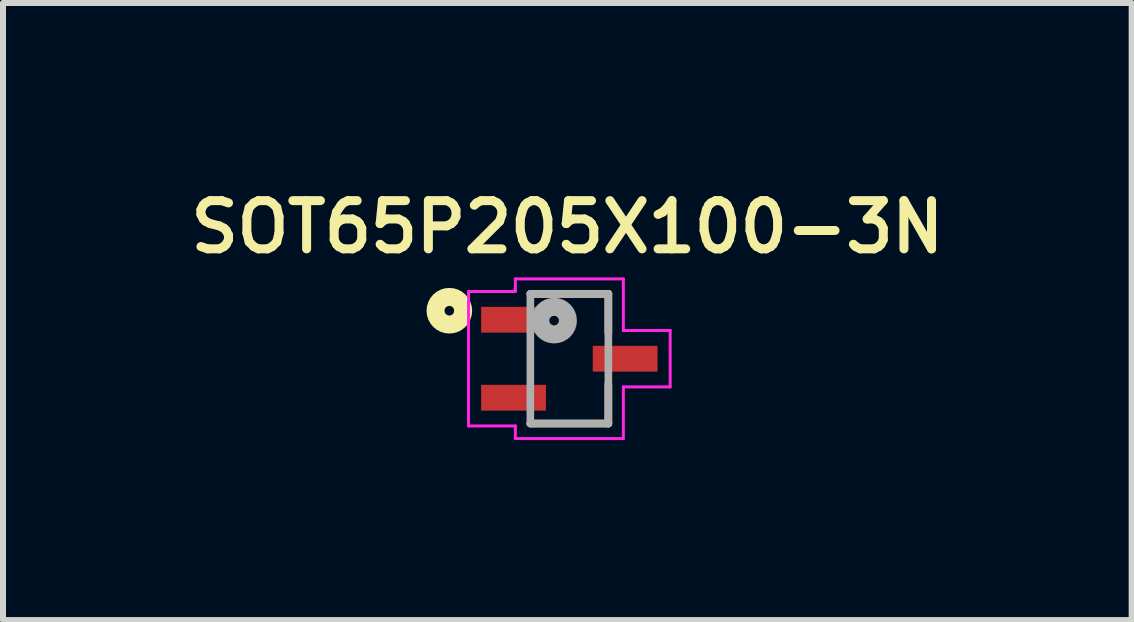
<source format=kicad_pcb>
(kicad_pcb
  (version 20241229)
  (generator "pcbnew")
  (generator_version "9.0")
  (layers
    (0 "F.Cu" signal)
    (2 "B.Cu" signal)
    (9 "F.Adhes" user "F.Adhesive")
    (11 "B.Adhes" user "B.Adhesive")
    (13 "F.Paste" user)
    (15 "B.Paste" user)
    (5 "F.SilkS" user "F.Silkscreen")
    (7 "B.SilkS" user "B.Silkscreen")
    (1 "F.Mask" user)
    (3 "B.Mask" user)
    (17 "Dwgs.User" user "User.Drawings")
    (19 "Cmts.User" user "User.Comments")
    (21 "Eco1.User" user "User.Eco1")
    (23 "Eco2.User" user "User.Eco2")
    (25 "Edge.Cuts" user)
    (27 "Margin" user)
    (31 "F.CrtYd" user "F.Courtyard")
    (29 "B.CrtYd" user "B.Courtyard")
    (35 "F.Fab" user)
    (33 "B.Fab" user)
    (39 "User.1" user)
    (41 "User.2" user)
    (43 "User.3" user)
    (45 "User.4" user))
  (footprint "SOT65P205X100-3N"
    (layer "F.Cu")
    (at 6.438 2.928)
    (property "Reference" "SOT65P205X100-3N" (at -0.033 -2.195 0) (layer "F.SilkS") (effects (font (size 0.804 0.804) (thickness 0.15))))
    (attr smd)
    (fp_line (start 0.65 -1.08) (end -0.65 -1.08) (stroke (width 0.127) (type solid)) (layer "F.SilkS"))
    (fp_line (start 0.65 -1.08) (end 0.65 -0.43) (stroke (width 0.127) (type solid)) (layer "F.SilkS"))
    (fp_line (start 0.65 0.42) (end 0.65 1.08) (stroke (width 0.127) (type solid)) (layer "F.SilkS"))
    (fp_line (start 0.65 1.08) (end -0.65 1.08) (stroke (width 0.127) (type solid)) (layer "F.SilkS"))
    (fp_circle (center -2 -0.8) (end -1.92 -0.8) (stroke (width 0.3) (type solid)) (fill no) (layer "F.SilkS"))
    (fp_line (start -1.68 -1.12) (end -0.9 -1.12) (stroke (width 0.05) (type solid)) (layer "F.CrtYd"))
    (fp_line (start -1.68 1.12) (end -1.68 -1.12) (stroke (width 0.05) (type solid)) (layer "F.CrtYd"))
    (fp_line (start -1.68 1.12) (end -0.9 1.12) (stroke (width 0.05) (type solid)) (layer "F.CrtYd"))
    (fp_line (start -0.9 -1.33) (end 0.9 -1.33) (stroke (width 0.05) (type solid)) (layer "F.CrtYd"))
    (fp_line (start -0.9 -1.12) (end -0.9 -1.33) (stroke (width 0.05) (type solid)) (layer "F.CrtYd"))
    (fp_line (start -0.9 1.33) (end -0.9 1.12) (stroke (width 0.05) (type solid)) (layer "F.CrtYd"))
    (fp_line (start 0.9 -1.33) (end 0.9 -0.47) (stroke (width 0.05) (type solid)) (layer "F.CrtYd"))
    (fp_line (start 0.9 -0.47) (end 1.68 -0.47) (stroke (width 0.05) (type solid)) (layer "F.CrtYd"))
    (fp_line (start 0.9 0.47) (end 0.9 1.33) (stroke (width 0.05) (type solid)) (layer "F.CrtYd"))
    (fp_line (start 0.9 1.33) (end -0.9 1.33) (stroke (width 0.05) (type solid)) (layer "F.CrtYd"))
    (fp_line (start 1.68 -0.47) (end 1.68 0.47) (stroke (width 0.05) (type solid)) (layer "F.CrtYd"))
    (fp_line (start 1.68 0.47) (end 0.9 0.47) (stroke (width 0.05) (type solid)) (layer "F.CrtYd"))
    (fp_line (start -0.65 -1.08) (end 0.65 -1.08) (stroke (width 0.127) (type solid)) (layer "F.Fab"))
    (fp_line (start -0.65 1.08) (end -0.65 -1.08) (stroke (width 0.127) (type solid)) (layer "F.Fab"))
    (fp_line (start 0.65 -1.08) (end 0.65 1.08) (stroke (width 0.127) (type solid)) (layer "F.Fab"))
    (fp_line (start 0.65 1.08) (end -0.65 1.08) (stroke (width 0.127) (type solid)) (layer "F.Fab"))
    (fp_circle (center -0.254 -0.635) (end -0.174 -0.635) (stroke (width 0.3) (type solid)) (fill no) (layer "F.Fab"))
    (pad "1" smd rect (at -0.93 -0.65 270) (size 0.43 1.08) (layers "F.Cu" "F.Mask" "F.Paste"))
    (pad "2" smd rect (at -0.93 0.65 270) (size 0.43 1.08) (layers "F.Cu" "F.Mask" "F.Paste"))
    (pad "3" smd rect (at 0.93 0 270) (size 0.43 1.08) (layers "F.Cu" "F.Mask" "F.Paste")))
  (gr_rect
    (start -3 -3)
    (end 15.809 7.283)
    (stroke (width 0.1) (type default))
    (fill no)
    (layer "Edge.Cuts")))
</source>
